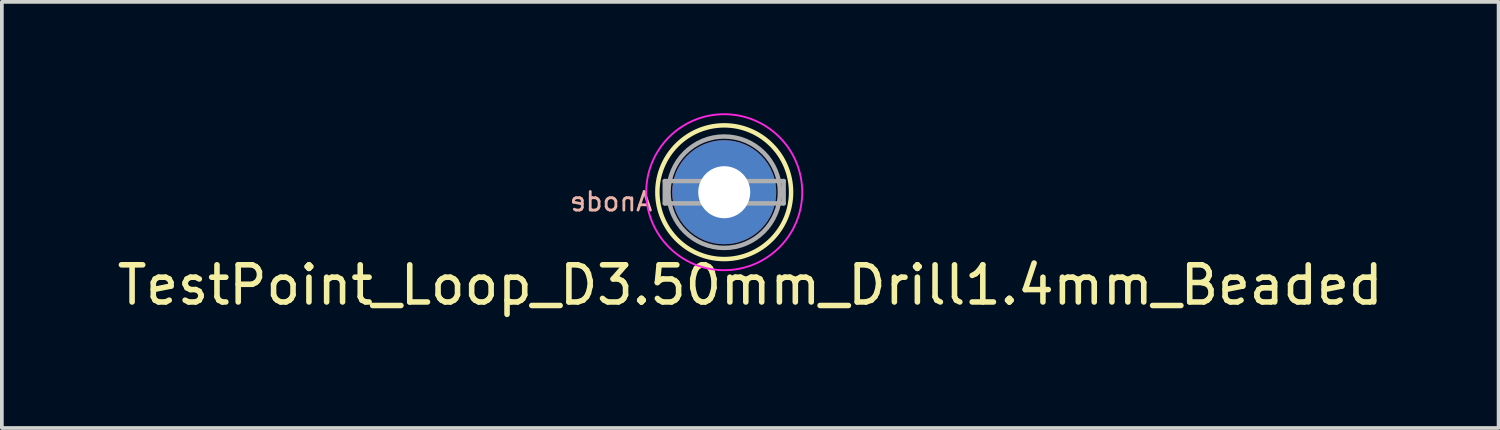
<source format=kicad_pcb>
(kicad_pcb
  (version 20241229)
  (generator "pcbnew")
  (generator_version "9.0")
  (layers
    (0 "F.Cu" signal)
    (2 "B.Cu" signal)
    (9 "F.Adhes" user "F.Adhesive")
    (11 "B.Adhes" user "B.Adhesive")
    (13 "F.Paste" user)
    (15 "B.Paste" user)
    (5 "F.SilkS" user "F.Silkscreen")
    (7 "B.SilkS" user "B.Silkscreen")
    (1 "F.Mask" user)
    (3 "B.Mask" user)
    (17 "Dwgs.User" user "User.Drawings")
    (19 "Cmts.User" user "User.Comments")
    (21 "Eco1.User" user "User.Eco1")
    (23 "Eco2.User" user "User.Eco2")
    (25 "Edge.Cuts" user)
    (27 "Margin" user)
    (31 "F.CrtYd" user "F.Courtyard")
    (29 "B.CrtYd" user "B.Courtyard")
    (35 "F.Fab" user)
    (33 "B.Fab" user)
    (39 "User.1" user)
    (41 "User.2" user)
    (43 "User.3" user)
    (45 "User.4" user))
  (footprint "TestPoint_Loop_D3.50mm_Drill1.4mm_Beaded"
    (layer "F.Cu")
    (at 16.449 2.125)
    (property "Reference" "TestPoint_Loop_D3.50mm_Drill1.4mm_Beaded" (at 0.7 2.5 0) (layer "F.SilkS") (effects (font (size 1 1) (thickness 0.15))))
    (property "Value" "Anode" (at -3.048 0 0) (layer "F.SilkS") (hide yes) (effects (font (size 0.5 0.5) (thickness 0.075))))
    (attr through_hole)
    (fp_circle (center 0 0) (end 1.8 0) (stroke (width 0.12) (type solid)) (fill no) (layer "F.SilkS"))
    (fp_circle (center 0 0) (end 2.1 0) (stroke (width 0.05) (type solid)) (fill no) (layer "F.CrtYd"))
    (fp_line (start -1.6 -0.3) (end -1.6 0.3) (stroke (width 0.12) (type solid)) (layer "F.Fab"))
    (fp_line (start -1.6 0.3) (end 1.6 0.3) (stroke (width 0.12) (type solid)) (layer "F.Fab"))
    (fp_line (start 1.6 -0.3) (end -1.6 -0.3) (stroke (width 0.12) (type solid)) (layer "F.Fab"))
    (fp_line (start 1.6 0.3) (end 1.6 -0.3) (stroke (width 0.12) (type solid)) (layer "F.Fab"))
    (fp_circle (center 0 0) (end 1.5 0) (stroke (width 0.12) (type solid)) (fill no) (layer "F.Fab"))
    (fp_text user "${VALUE}" (at -3.048 0.254 0) (layer "B.SilkS") (effects (font (size 0.5 0.5) (thickness 0.075)) (justify mirror)))
    (pad "1" thru_hole circle (at 0 0) (size 2.8 2.8) (drill 1.4) (layers "*.Cu" "*.Mask")))
  (gr_rect
    (start -3 -3)
    (end 37.298 8.473)
    (stroke (width 0.1) (type default))
    (fill no)
    (layer "Edge.Cuts")))
</source>
